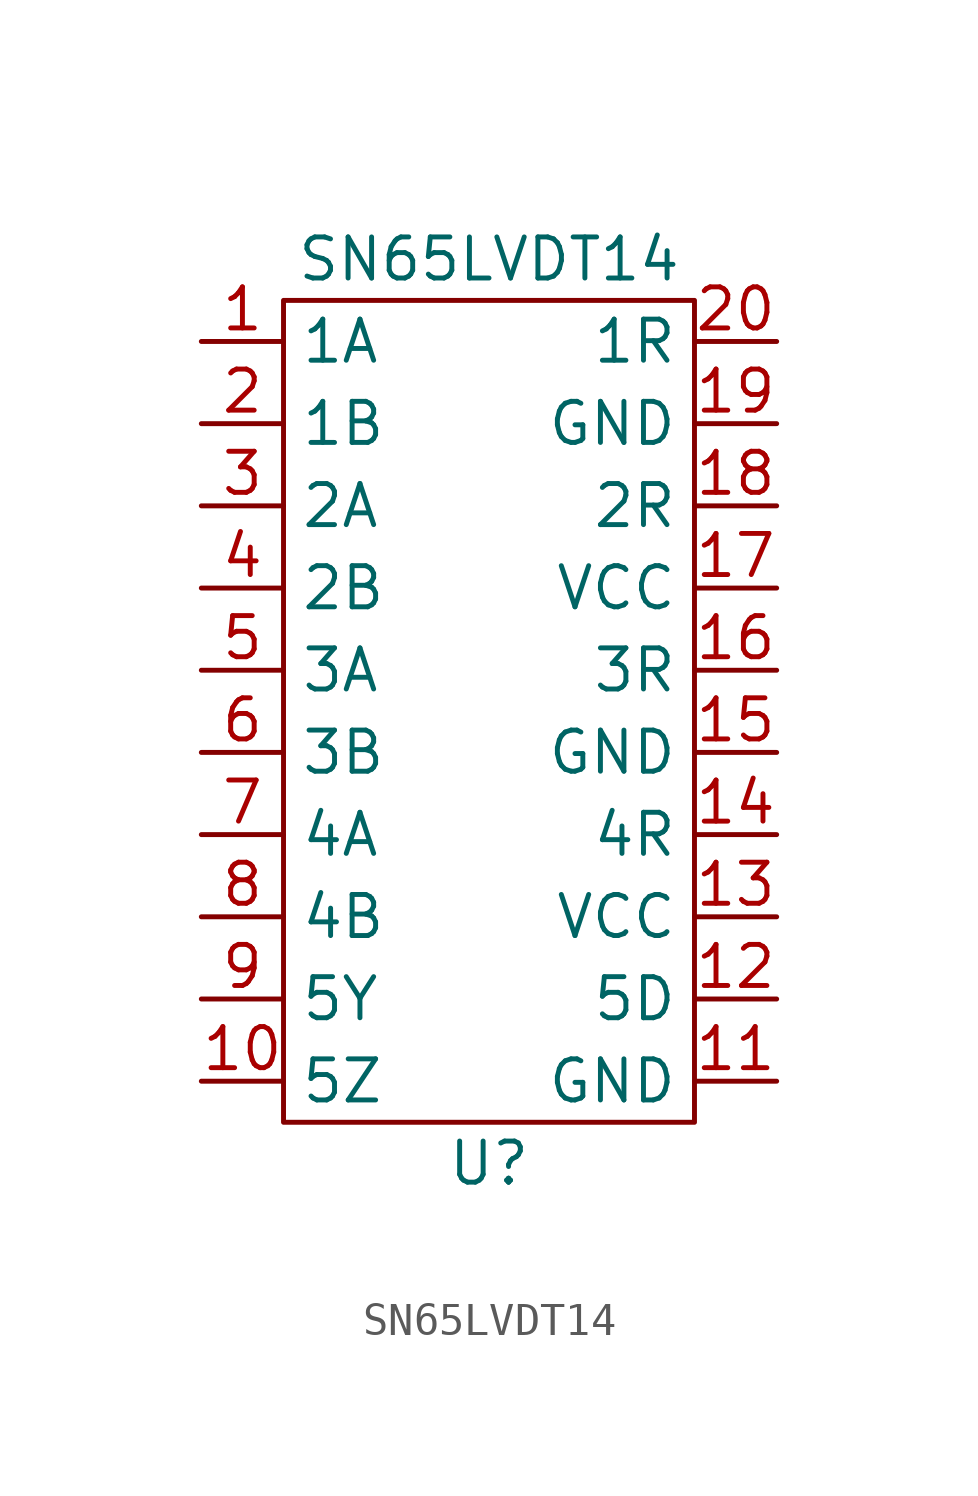
<source format=kicad_sym>
(kicad_symbol_lib
  (version 20220914)
  (generator kicad_symbol_editor)
  (symbol "SN65LVDT14"
    (property "Reference" "U"
      (at 0 -15.24 0)
      (effects (font (size 1.27 1.27))))
    (property "Value" "SN65LVDT14"
      (at 0 12.7 0)
      (effects (font (size 1.27 1.27))))
    (symbol "SN65LVDT14_0_1"
      (rectangle (start -6.35 11.43) (end 6.35 -13.97) (stroke (width 0) (type default)) (fill (type none))))
    (symbol "SN65LVDT14_1_1"
      (pin input line (at -8.89 10.16 0) (length 2.54) (name "1A" (effects (font (size 1.27 1.27)))) (number "1" (effects (font (size 1.27 1.27)))))
      (pin output line (at -8.89 -12.7 0) (length 2.54) (name "5Z" (effects (font (size 1.27 1.27)))) (number "10" (effects (font (size 1.27 1.27)))))
      (pin passive line (at 8.89 -12.7 180) (length 2.54) (name "GND" (effects (font (size 1.27 1.27)))) (number "11" (effects (font (size 1.27 1.27)))))
      (pin input line (at 8.89 -10.16 180) (length 2.54) (name "5D" (effects (font (size 1.27 1.27)))) (number "12" (effects (font (size 1.27 1.27)))))
      (pin passive line (at 8.89 -7.62 180) (length 2.54) (name "VCC" (effects (font (size 1.27 1.27)))) (number "13" (effects (font (size 1.27 1.27)))))
      (pin output line (at 8.89 -5.08 180) (length 2.54) (name "4R" (effects (font (size 1.27 1.27)))) (number "14" (effects (font (size 1.27 1.27)))))
      (pin passive line (at 8.89 -2.54 180) (length 2.54) (name "GND" (effects (font (size 1.27 1.27)))) (number "15" (effects (font (size 1.27 1.27)))))
      (pin output line (at 8.89 0 180) (length 2.54) (name "3R" (effects (font (size 1.27 1.27)))) (number "16" (effects (font (size 1.27 1.27)))))
      (pin passive line (at 8.89 2.54 180) (length 2.54) (name "VCC" (effects (font (size 1.27 1.27)))) (number "17" (effects (font (size 1.27 1.27)))))
      (pin output line (at 8.89 5.08 180) (length 2.54) (name "2R" (effects (font (size 1.27 1.27)))) (number "18" (effects (font (size 1.27 1.27)))))
      (pin passive line (at 8.89 7.62 180) (length 2.54) (name "GND" (effects (font (size 1.27 1.27)))) (number "19" (effects (font (size 1.27 1.27)))))
      (pin input line (at -8.89 7.62 0) (length 2.54) (name "1B" (effects (font (size 1.27 1.27)))) (number "2" (effects (font (size 1.27 1.27)))))
      (pin output line (at 8.89 10.16 180) (length 2.54) (name "1R" (effects (font (size 1.27 1.27)))) (number "20" (effects (font (size 1.27 1.27)))))
      (pin input line (at -8.89 5.08 0) (length 2.54) (name "2A" (effects (font (size 1.27 1.27)))) (number "3" (effects (font (size 1.27 1.27)))))
      (pin input line (at -8.89 2.54 0) (length 2.54) (name "2B" (effects (font (size 1.27 1.27)))) (number "4" (effects (font (size 1.27 1.27)))))
      (pin input line (at -8.89 0 0) (length 2.54) (name "3A" (effects (font (size 1.27 1.27)))) (number "5" (effects (font (size 1.27 1.27)))))
      (pin input line (at -8.89 -2.54 0) (length 2.54) (name "3B" (effects (font (size 1.27 1.27)))) (number "6" (effects (font (size 1.27 1.27)))))
      (pin input line (at -8.89 -5.08 0) (length 2.54) (name "4A" (effects (font (size 1.27 1.27)))) (number "7" (effects (font (size 1.27 1.27)))))
      (pin input line (at -8.89 -7.62 0) (length 2.54) (name "4B" (effects (font (size 1.27 1.27)))) (number "8" (effects (font (size 1.27 1.27)))))
      (pin output line (at -8.89 -10.16 0) (length 2.54) (name "5Y" (effects (font (size 1.27 1.27)))) (number "9" (effects (font (size 1.27 1.27))))))))
</source>
